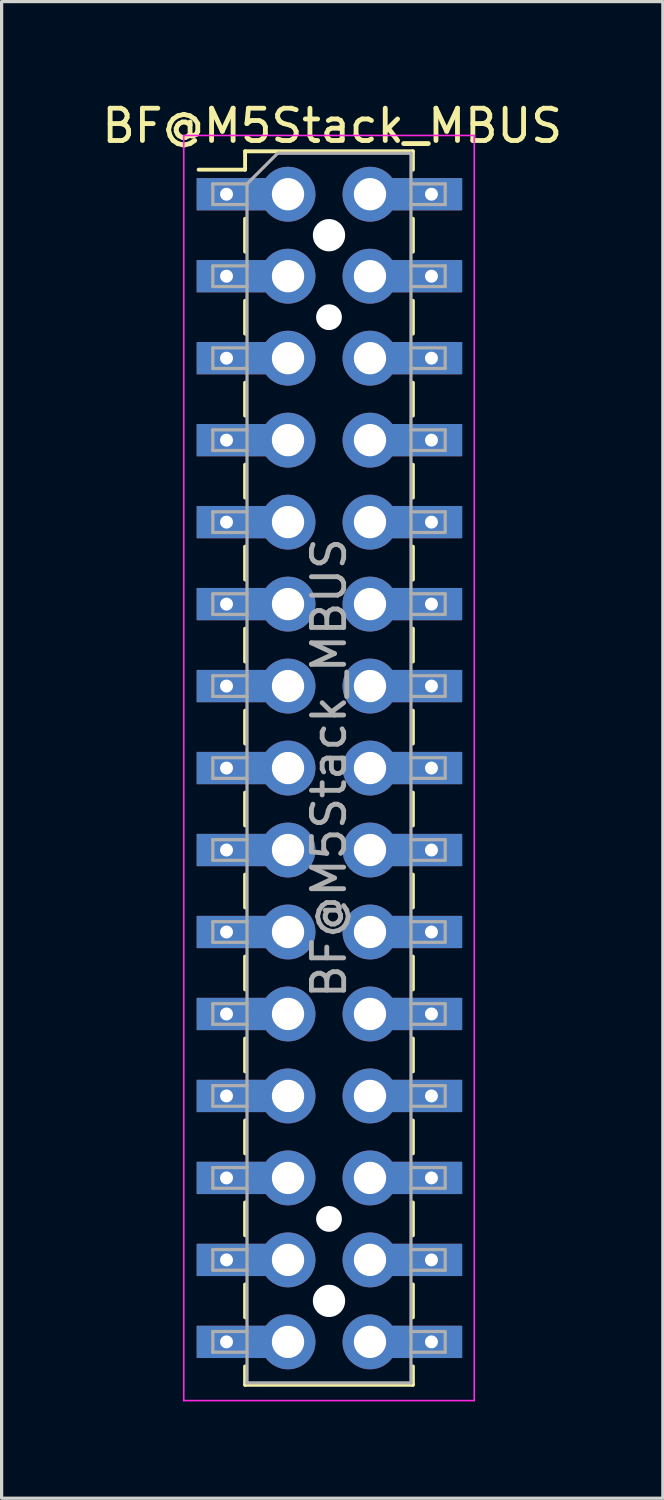
<source format=kicad_pcb>
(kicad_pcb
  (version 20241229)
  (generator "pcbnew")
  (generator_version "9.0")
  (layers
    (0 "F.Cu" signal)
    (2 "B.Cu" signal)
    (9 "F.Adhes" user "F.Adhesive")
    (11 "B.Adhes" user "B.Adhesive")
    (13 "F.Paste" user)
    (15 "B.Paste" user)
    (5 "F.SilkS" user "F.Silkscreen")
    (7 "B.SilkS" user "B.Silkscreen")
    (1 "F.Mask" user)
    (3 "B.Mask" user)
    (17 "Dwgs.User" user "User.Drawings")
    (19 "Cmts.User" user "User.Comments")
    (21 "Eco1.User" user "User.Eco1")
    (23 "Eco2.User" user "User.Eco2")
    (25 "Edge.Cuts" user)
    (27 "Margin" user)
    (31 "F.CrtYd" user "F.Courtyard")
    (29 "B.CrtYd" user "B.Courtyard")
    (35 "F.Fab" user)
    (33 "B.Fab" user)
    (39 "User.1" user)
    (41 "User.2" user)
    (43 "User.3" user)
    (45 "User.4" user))
  (footprint "BF@M5Stack_MBUS"
    (layer "F.Cu")
    (at 7.144 20.748)
    (property "Reference" "BF@M5Stack_MBUS" (at 0.1 -19.9 0) (layer "F.SilkS") (effects (font (size 1 1) (thickness 0.15))))
    (attr smd)
    (fp_line (start -4.04 -18.54) (end -2.6 -18.54) (stroke (width 0.12) (type solid)) (layer "F.SilkS"))
    (fp_line (start -2.6 -19.11) (end -2.6 -18.54) (stroke (width 0.12) (type solid)) (layer "F.SilkS"))
    (fp_line (start -2.6 -19.11) (end 2.6 -19.11) (stroke (width 0.12) (type solid)) (layer "F.SilkS"))
    (fp_line (start -2.6 -17.02) (end -2.6 -16) (stroke (width 0.12) (type solid)) (layer "F.SilkS"))
    (fp_line (start -2.6 -14.48) (end -2.6 -13.46) (stroke (width 0.12) (type solid)) (layer "F.SilkS"))
    (fp_line (start -2.6 -11.94) (end -2.6 -10.92) (stroke (width 0.12) (type solid)) (layer "F.SilkS"))
    (fp_line (start -2.6 -9.4) (end -2.6 -8.38) (stroke (width 0.12) (type solid)) (layer "F.SilkS"))
    (fp_line (start -2.6 -6.86) (end -2.6 -5.84) (stroke (width 0.12) (type solid)) (layer "F.SilkS"))
    (fp_line (start -2.6 -4.32) (end -2.6 -3.3) (stroke (width 0.12) (type solid)) (layer "F.SilkS"))
    (fp_line (start -2.6 -1.78) (end -2.6 -0.76) (stroke (width 0.12) (type solid)) (layer "F.SilkS"))
    (fp_line (start -2.6 0.76) (end -2.6 1.78) (stroke (width 0.12) (type solid)) (layer "F.SilkS"))
    (fp_line (start -2.6 3.3) (end -2.6 4.32) (stroke (width 0.12) (type solid)) (layer "F.SilkS"))
    (fp_line (start -2.6 5.84) (end -2.6 6.86) (stroke (width 0.12) (type solid)) (layer "F.SilkS"))
    (fp_line (start -2.6 8.38) (end -2.6 9.4) (stroke (width 0.12) (type solid)) (layer "F.SilkS"))
    (fp_line (start -2.6 10.92) (end -2.6 11.94) (stroke (width 0.12) (type solid)) (layer "F.SilkS"))
    (fp_line (start -2.6 13.46) (end -2.6 14.48) (stroke (width 0.12) (type solid)) (layer "F.SilkS"))
    (fp_line (start -2.6 16) (end -2.6 17.02) (stroke (width 0.12) (type solid)) (layer "F.SilkS"))
    (fp_line (start -2.6 18.54) (end -2.6 19.11) (stroke (width 0.12) (type solid)) (layer "F.SilkS"))
    (fp_line (start -2.6 19.11) (end 2.6 19.11) (stroke (width 0.12) (type solid)) (layer "F.SilkS"))
    (fp_line (start 2.6 -19.11) (end 2.6 -18.54) (stroke (width 0.12) (type solid)) (layer "F.SilkS"))
    (fp_line (start 2.6 -17.02) (end 2.6 -16) (stroke (width 0.12) (type solid)) (layer "F.SilkS"))
    (fp_line (start 2.6 -14.48) (end 2.6 -13.46) (stroke (width 0.12) (type solid)) (layer "F.SilkS"))
    (fp_line (start 2.6 -11.94) (end 2.6 -10.92) (stroke (width 0.12) (type solid)) (layer "F.SilkS"))
    (fp_line (start 2.6 -9.4) (end 2.6 -8.38) (stroke (width 0.12) (type solid)) (layer "F.SilkS"))
    (fp_line (start 2.6 -6.86) (end 2.6 -5.84) (stroke (width 0.12) (type solid)) (layer "F.SilkS"))
    (fp_line (start 2.6 -4.32) (end 2.6 -3.3) (stroke (width 0.12) (type solid)) (layer "F.SilkS"))
    (fp_line (start 2.6 -1.78) (end 2.6 -0.76) (stroke (width 0.12) (type solid)) (layer "F.SilkS"))
    (fp_line (start 2.6 0.76) (end 2.6 1.78) (stroke (width 0.12) (type solid)) (layer "F.SilkS"))
    (fp_line (start 2.6 3.3) (end 2.6 4.32) (stroke (width 0.12) (type solid)) (layer "F.SilkS"))
    (fp_line (start 2.6 5.84) (end 2.6 6.86) (stroke (width 0.12) (type solid)) (layer "F.SilkS"))
    (fp_line (start 2.6 8.38) (end 2.6 9.4) (stroke (width 0.12) (type solid)) (layer "F.SilkS"))
    (fp_line (start 2.6 10.92) (end 2.6 11.94) (stroke (width 0.12) (type solid)) (layer "F.SilkS"))
    (fp_line (start 2.6 13.46) (end 2.6 14.48) (stroke (width 0.12) (type solid)) (layer "F.SilkS"))
    (fp_line (start 2.6 16) (end 2.6 17.02) (stroke (width 0.12) (type solid)) (layer "F.SilkS"))
    (fp_line (start 2.6 18.54) (end 2.6 19.11) (stroke (width 0.12) (type solid)) (layer "F.SilkS"))
    (fp_line (start -4.5 -19.6) (end -4.5 19.6) (stroke (width 0.05) (type solid)) (layer "F.CrtYd"))
    (fp_line (start -4.5 19.6) (end 4.5 19.6) (stroke (width 0.05) (type solid)) (layer "F.CrtYd"))
    (fp_line (start 4.5 -19.6) (end -4.5 -19.6) (stroke (width 0.05) (type solid)) (layer "F.CrtYd"))
    (fp_line (start 4.5 19.6) (end 4.5 -19.6) (stroke (width 0.05) (type solid)) (layer "F.CrtYd"))
    (fp_line (start -3.6 -18.1) (end -3.6 -17.46) (stroke (width 0.1) (type solid)) (layer "F.Fab"))
    (fp_line (start -3.6 -17.46) (end -2.54 -17.46) (stroke (width 0.1) (type solid)) (layer "F.Fab"))
    (fp_line (start -3.6 -15.56) (end -3.6 -14.92) (stroke (width 0.1) (type solid)) (layer "F.Fab"))
    (fp_line (start -3.6 -14.92) (end -2.54 -14.92) (stroke (width 0.1) (type solid)) (layer "F.Fab"))
    (fp_line (start -3.6 -13.02) (end -3.6 -12.38) (stroke (width 0.1) (type solid)) (layer "F.Fab"))
    (fp_line (start -3.6 -12.38) (end -2.54 -12.38) (stroke (width 0.1) (type solid)) (layer "F.Fab"))
    (fp_line (start -3.6 -10.48) (end -3.6 -9.84) (stroke (width 0.1) (type solid)) (layer "F.Fab"))
    (fp_line (start -3.6 -9.84) (end -2.54 -9.84) (stroke (width 0.1) (type solid)) (layer "F.Fab"))
    (fp_line (start -3.6 -7.94) (end -3.6 -7.3) (stroke (width 0.1) (type solid)) (layer "F.Fab"))
    (fp_line (start -3.6 -7.3) (end -2.54 -7.3) (stroke (width 0.1) (type solid)) (layer "F.Fab"))
    (fp_line (start -3.6 -5.4) (end -3.6 -4.76) (stroke (width 0.1) (type solid)) (layer "F.Fab"))
    (fp_line (start -3.6 -4.76) (end -2.54 -4.76) (stroke (width 0.1) (type solid)) (layer "F.Fab"))
    (fp_line (start -3.6 -2.86) (end -3.6 -2.22) (stroke (width 0.1) (type solid)) (layer "F.Fab"))
    (fp_line (start -3.6 -2.22) (end -2.54 -2.22) (stroke (width 0.1) (type solid)) (layer "F.Fab"))
    (fp_line (start -3.6 -0.32) (end -3.6 0.32) (stroke (width 0.1) (type solid)) (layer "F.Fab"))
    (fp_line (start -3.6 0.32) (end -2.54 0.32) (stroke (width 0.1) (type solid)) (layer "F.Fab"))
    (fp_line (start -3.6 2.22) (end -3.6 2.86) (stroke (width 0.1) (type solid)) (layer "F.Fab"))
    (fp_line (start -3.6 2.86) (end -2.54 2.86) (stroke (width 0.1) (type solid)) (layer "F.Fab"))
    (fp_line (start -3.6 4.76) (end -3.6 5.4) (stroke (width 0.1) (type solid)) (layer "F.Fab"))
    (fp_line (start -3.6 5.4) (end -2.54 5.4) (stroke (width 0.1) (type solid)) (layer "F.Fab"))
    (fp_line (start -3.6 7.3) (end -3.6 7.94) (stroke (width 0.1) (type solid)) (layer "F.Fab"))
    (fp_line (start -3.6 7.94) (end -2.54 7.94) (stroke (width 0.1) (type solid)) (layer "F.Fab"))
    (fp_line (start -3.6 9.84) (end -3.6 10.48) (stroke (width 0.1) (type solid)) (layer "F.Fab"))
    (fp_line (start -3.6 10.48) (end -2.54 10.48) (stroke (width 0.1) (type solid)) (layer "F.Fab"))
    (fp_line (start -3.6 12.38) (end -3.6 13.02) (stroke (width 0.1) (type solid)) (layer "F.Fab"))
    (fp_line (start -3.6 13.02) (end -2.54 13.02) (stroke (width 0.1) (type solid)) (layer "F.Fab"))
    (fp_line (start -3.6 14.92) (end -3.6 15.56) (stroke (width 0.1) (type solid)) (layer "F.Fab"))
    (fp_line (start -3.6 15.56) (end -2.54 15.56) (stroke (width 0.1) (type solid)) (layer "F.Fab"))
    (fp_line (start -3.6 17.46) (end -3.6 18.1) (stroke (width 0.1) (type solid)) (layer "F.Fab"))
    (fp_line (start -3.6 18.1) (end -2.54 18.1) (stroke (width 0.1) (type solid)) (layer "F.Fab"))
    (fp_line (start -2.54 -18.1) (end -3.6 -18.1) (stroke (width 0.1) (type solid)) (layer "F.Fab"))
    (fp_line (start -2.54 -18.1) (end -1.59 -19.05) (stroke (width 0.1) (type solid)) (layer "F.Fab"))
    (fp_line (start -2.54 -15.56) (end -3.6 -15.56) (stroke (width 0.1) (type solid)) (layer "F.Fab"))
    (fp_line (start -2.54 -13.02) (end -3.6 -13.02) (stroke (width 0.1) (type solid)) (layer "F.Fab"))
    (fp_line (start -2.54 -10.48) (end -3.6 -10.48) (stroke (width 0.1) (type solid)) (layer "F.Fab"))
    (fp_line (start -2.54 -7.94) (end -3.6 -7.94) (stroke (width 0.1) (type solid)) (layer "F.Fab"))
    (fp_line (start -2.54 -5.4) (end -3.6 -5.4) (stroke (width 0.1) (type solid)) (layer "F.Fab"))
    (fp_line (start -2.54 -2.86) (end -3.6 -2.86) (stroke (width 0.1) (type solid)) (layer "F.Fab"))
    (fp_line (start -2.54 -0.32) (end -3.6 -0.32) (stroke (width 0.1) (type solid)) (layer "F.Fab"))
    (fp_line (start -2.54 2.22) (end -3.6 2.22) (stroke (width 0.1) (type solid)) (layer "F.Fab"))
    (fp_line (start -2.54 4.76) (end -3.6 4.76) (stroke (width 0.1) (type solid)) (layer "F.Fab"))
    (fp_line (start -2.54 7.3) (end -3.6 7.3) (stroke (width 0.1) (type solid)) (layer "F.Fab"))
    (fp_line (start -2.54 9.84) (end -3.6 9.84) (stroke (width 0.1) (type solid)) (layer "F.Fab"))
    (fp_line (start -2.54 12.38) (end -3.6 12.38) (stroke (width 0.1) (type solid)) (layer "F.Fab"))
    (fp_line (start -2.54 14.92) (end -3.6 14.92) (stroke (width 0.1) (type solid)) (layer "F.Fab"))
    (fp_line (start -2.54 17.46) (end -3.6 17.46) (stroke (width 0.1) (type solid)) (layer "F.Fab"))
    (fp_line (start -2.54 19.05) (end -2.54 -18.1) (stroke (width 0.1) (type solid)) (layer "F.Fab"))
    (fp_line (start -1.59 -19.05) (end 2.54 -19.05) (stroke (width 0.1) (type solid)) (layer "F.Fab"))
    (fp_line (start 2.54 -19.05) (end 2.54 19.05) (stroke (width 0.1) (type solid)) (layer "F.Fab"))
    (fp_line (start 2.54 -18.1) (end 3.6 -18.1) (stroke (width 0.1) (type solid)) (layer "F.Fab"))
    (fp_line (start 2.54 -15.56) (end 3.6 -15.56) (stroke (width 0.1) (type solid)) (layer "F.Fab"))
    (fp_line (start 2.54 -13.02) (end 3.6 -13.02) (stroke (width 0.1) (type solid)) (layer "F.Fab"))
    (fp_line (start 2.54 -10.48) (end 3.6 -10.48) (stroke (width 0.1) (type solid)) (layer "F.Fab"))
    (fp_line (start 2.54 -7.94) (end 3.6 -7.94) (stroke (width 0.1) (type solid)) (layer "F.Fab"))
    (fp_line (start 2.54 -5.4) (end 3.6 -5.4) (stroke (width 0.1) (type solid)) (layer "F.Fab"))
    (fp_line (start 2.54 -2.86) (end 3.6 -2.86) (stroke (width 0.1) (type solid)) (layer "F.Fab"))
    (fp_line (start 2.54 -0.32) (end 3.6 -0.32) (stroke (width 0.1) (type solid)) (layer "F.Fab"))
    (fp_line (start 2.54 2.22) (end 3.6 2.22) (stroke (width 0.1) (type solid)) (layer "F.Fab"))
    (fp_line (start 2.54 4.76) (end 3.6 4.76) (stroke (width 0.1) (type solid)) (layer "F.Fab"))
    (fp_line (start 2.54 7.3) (end 3.6 7.3) (stroke (width 0.1) (type solid)) (layer "F.Fab"))
    (fp_line (start 2.54 9.84) (end 3.6 9.84) (stroke (width 0.1) (type solid)) (layer "F.Fab"))
    (fp_line (start 2.54 12.38) (end 3.6 12.38) (stroke (width 0.1) (type solid)) (layer "F.Fab"))
    (fp_line (start 2.54 14.92) (end 3.6 14.92) (stroke (width 0.1) (type solid)) (layer "F.Fab"))
    (fp_line (start 2.54 17.46) (end 3.6 17.46) (stroke (width 0.1) (type solid)) (layer "F.Fab"))
    (fp_line (start 2.54 19.05) (end -2.54 19.05) (stroke (width 0.1) (type solid)) (layer "F.Fab"))
    (fp_line (start 3.6 -18.1) (end 3.6 -17.46) (stroke (width 0.1) (type solid)) (layer "F.Fab"))
    (fp_line (start 3.6 -17.46) (end 2.54 -17.46) (stroke (width 0.1) (type solid)) (layer "F.Fab"))
    (fp_line (start 3.6 -15.56) (end 3.6 -14.92) (stroke (width 0.1) (type solid)) (layer "F.Fab"))
    (fp_line (start 3.6 -14.92) (end 2.54 -14.92) (stroke (width 0.1) (type solid)) (layer "F.Fab"))
    (fp_line (start 3.6 -13.02) (end 3.6 -12.38) (stroke (width 0.1) (type solid)) (layer "F.Fab"))
    (fp_line (start 3.6 -12.38) (end 2.54 -12.38) (stroke (width 0.1) (type solid)) (layer "F.Fab"))
    (fp_line (start 3.6 -10.48) (end 3.6 -9.84) (stroke (width 0.1) (type solid)) (layer "F.Fab"))
    (fp_line (start 3.6 -9.84) (end 2.54 -9.84) (stroke (width 0.1) (type solid)) (layer "F.Fab"))
    (fp_line (start 3.6 -7.94) (end 3.6 -7.3) (stroke (width 0.1) (type solid)) (layer "F.Fab"))
    (fp_line (start 3.6 -7.3) (end 2.54 -7.3) (stroke (width 0.1) (type solid)) (layer "F.Fab"))
    (fp_line (start 3.6 -5.4) (end 3.6 -4.76) (stroke (width 0.1) (type solid)) (layer "F.Fab"))
    (fp_line (start 3.6 -4.76) (end 2.54 -4.76) (stroke (width 0.1) (type solid)) (layer "F.Fab"))
    (fp_line (start 3.6 -2.86) (end 3.6 -2.22) (stroke (width 0.1) (type solid)) (layer "F.Fab"))
    (fp_line (start 3.6 -2.22) (end 2.54 -2.22) (stroke (width 0.1) (type solid)) (layer "F.Fab"))
    (fp_line (start 3.6 -0.32) (end 3.6 0.32) (stroke (width 0.1) (type solid)) (layer "F.Fab"))
    (fp_line (start 3.6 0.32) (end 2.54 0.32) (stroke (width 0.1) (type solid)) (layer "F.Fab"))
    (fp_line (start 3.6 2.22) (end 3.6 2.86) (stroke (width 0.1) (type solid)) (layer "F.Fab"))
    (fp_line (start 3.6 2.86) (end 2.54 2.86) (stroke (width 0.1) (type solid)) (layer "F.Fab"))
    (fp_line (start 3.6 4.76) (end 3.6 5.4) (stroke (width 0.1) (type solid)) (layer "F.Fab"))
    (fp_line (start 3.6 5.4) (end 2.54 5.4) (stroke (width 0.1) (type solid)) (layer "F.Fab"))
    (fp_line (start 3.6 7.3) (end 3.6 7.94) (stroke (width 0.1) (type solid)) (layer "F.Fab"))
    (fp_line (start 3.6 7.94) (end 2.54 7.94) (stroke (width 0.1) (type solid)) (layer "F.Fab"))
    (fp_line (start 3.6 9.84) (end 3.6 10.48) (stroke (width 0.1) (type solid)) (layer "F.Fab"))
    (fp_line (start 3.6 10.48) (end 2.54 10.48) (stroke (width 0.1) (type solid)) (layer "F.Fab"))
    (fp_line (start 3.6 12.38) (end 3.6 13.02) (stroke (width 0.1) (type solid)) (layer "F.Fab"))
    (fp_line (start 3.6 13.02) (end 2.54 13.02) (stroke (width 0.1) (type solid)) (layer "F.Fab"))
    (fp_line (start 3.6 14.92) (end 3.6 15.56) (stroke (width 0.1) (type solid)) (layer "F.Fab"))
    (fp_line (start 3.6 15.56) (end 2.54 15.56) (stroke (width 0.1) (type solid)) (layer "F.Fab"))
    (fp_line (start 3.6 17.46) (end 3.6 18.1) (stroke (width 0.1) (type solid)) (layer "F.Fab"))
    (fp_line (start 3.6 18.1) (end 2.54 18.1) (stroke (width 0.1) (type solid)) (layer "F.Fab"))
    (fp_text user "${REFERENCE}" (at 0 0 90) (layer "F.Fab") (effects (font (size 1 1) (thickness 0.15))))
    (pad "" np_thru_hole circle (at 0 -16.51) (size 1 1) (drill 1) (layers "*.Cu" "*.Mask"))
    (pad "" np_thru_hole circle (at 0 -13.97) (size 0.8 0.8) (drill 0.8) (layers "*.Cu" "*.Mask"))
    (pad "" np_thru_hole circle (at 0 13.97) (size 0.8 0.8) (drill 0.8) (layers "*.Cu" "*.Mask"))
    (pad "" np_thru_hole circle (at 0 16.51) (size 1 1) (drill 1) (layers "*.Cu" "*.Mask"))
    (pad "1" thru_hole circle (at -3.175 -17.78) (size 0.8 0.8) (drill 0.4) (layers "*.Cu" "*.Mask"))
    (pad "1" smd rect (at -2.525 -17.78) (size 3.15 1) (layers "F.Cu" "F.Mask" "F.Paste"))
    (pad "1" smd rect (at -2.525 -17.78) (size 3.15 1) (layers "B.Cu" "B.Mask" "B.Paste"))
    (pad "1" thru_hole circle (at -1.27 -17.78) (size 1.7 1.7) (drill 1) (layers "*.Cu" "*.Mask"))
    (pad "2" thru_hole circle (at 1.27 -17.78) (size 1.7 1.7) (drill 1) (layers "*.Cu" "*.Mask"))
    (pad "2" smd rect (at 2.525 -17.78) (size 3.15 1) (layers "F.Cu" "F.Mask" "F.Paste"))
    (pad "2" smd rect (at 2.555 -17.78) (size 3.15 1) (layers "B.Cu" "B.Mask" "B.Paste"))
    (pad "2" thru_hole circle (at 3.175 -17.78) (size 0.8 0.8) (drill 0.4) (layers "*.Cu" "*.Mask"))
    (pad "3" thru_hole circle (at -3.175 -15.24) (size 0.8 0.8) (drill 0.4) (layers "*.Cu" "*.Mask"))
    (pad "3" smd rect (at -2.525 -15.24) (size 3.15 1) (layers "F.Cu" "F.Mask" "F.Paste"))
    (pad "3" smd rect (at -2.525 -15.24) (size 3.15 1) (layers "B.Cu" "B.Mask" "B.Paste"))
    (pad "3" thru_hole circle (at -1.27 -15.24) (size 1.7 1.7) (drill 1) (layers "*.Cu" "*.Mask"))
    (pad "4" thru_hole circle (at 1.27 -15.24) (size 1.7 1.7) (drill 1) (layers "*.Cu" "*.Mask"))
    (pad "4" smd rect (at 2.525 -15.24) (size 3.15 1) (layers "F.Cu" "F.Mask" "F.Paste"))
    (pad "4" smd rect (at 2.555 -15.24) (size 3.15 1) (layers "B.Cu" "B.Mask" "B.Paste"))
    (pad "4" thru_hole circle (at 3.175 -15.24) (size 0.8 0.8) (drill 0.4) (layers "*.Cu" "*.Mask"))
    (pad "5" thru_hole circle (at -3.175 -12.7) (size 0.8 0.8) (drill 0.4) (layers "*.Cu" "*.Mask"))
    (pad "5" smd rect (at -2.525 -12.7) (size 3.15 1) (layers "F.Cu" "F.Mask" "F.Paste"))
    (pad "5" smd rect (at -2.525 -12.7) (size 3.15 1) (layers "B.Cu" "B.Mask" "B.Paste"))
    (pad "5" thru_hole circle (at -1.27 -12.7) (size 1.7 1.7) (drill 1) (layers "*.Cu" "*.Mask"))
    (pad "6" thru_hole circle (at 1.27 -12.7) (size 1.7 1.7) (drill 1) (layers "*.Cu" "*.Mask"))
    (pad "6" smd rect (at 2.525 -12.7) (size 3.15 1) (layers "F.Cu" "F.Mask" "F.Paste"))
    (pad "6" smd rect (at 2.555 -12.7) (size 3.15 1) (layers "B.Cu" "B.Mask" "B.Paste"))
    (pad "6" thru_hole circle (at 3.175 -12.7) (size 0.8 0.8) (drill 0.4) (layers "*.Cu" "*.Mask"))
    (pad "7" thru_hole circle (at -3.175 -10.16) (size 0.8 0.8) (drill 0.4) (layers "*.Cu" "*.Mask"))
    (pad "7" smd rect (at -2.525 -10.16) (size 3.15 1) (layers "F.Cu" "F.Mask" "F.Paste"))
    (pad "7" smd rect (at -2.525 -10.16) (size 3.15 1) (layers "B.Cu" "B.Mask" "B.Paste"))
    (pad "7" thru_hole circle (at -1.27 -10.16) (size 1.7 1.7) (drill 1) (layers "*.Cu" "*.Mask"))
    (pad "8" thru_hole circle (at 1.27 -10.16) (size 1.7 1.7) (drill 1) (layers "*.Cu" "*.Mask"))
    (pad "8" smd rect (at 2.525 -10.16) (size 3.15 1) (layers "F.Cu" "F.Mask" "F.Paste"))
    (pad "8" smd rect (at 2.555 -10.16) (size 3.15 1) (layers "B.Cu" "B.Mask" "B.Paste"))
    (pad "8" thru_hole circle (at 3.175 -10.16) (size 0.8 0.8) (drill 0.4) (layers "*.Cu" "*.Mask"))
    (pad "9" thru_hole circle (at -3.175 -7.62) (size 0.8 0.8) (drill 0.4) (layers "*.Cu" "*.Mask"))
    (pad "9" smd rect (at -2.525 -7.62) (size 3.15 1) (layers "F.Cu" "F.Mask" "F.Paste"))
    (pad "9" smd rect (at -2.525 -7.62) (size 3.15 1) (layers "B.Cu" "B.Mask" "B.Paste"))
    (pad "9" thru_hole circle (at -1.27 -7.62) (size 1.7 1.7) (drill 1) (layers "*.Cu" "*.Mask"))
    (pad "10" thru_hole circle (at 1.27 -7.62) (size 1.7 1.7) (drill 1) (layers "*.Cu" "*.Mask"))
    (pad "10" smd rect (at 2.525 -7.62) (size 3.15 1) (layers "F.Cu" "F.Mask" "F.Paste"))
    (pad "10" smd rect (at 2.555 -7.62) (size 3.15 1) (layers "B.Cu" "B.Mask" "B.Paste"))
    (pad "10" thru_hole circle (at 3.175 -7.62) (size 0.8 0.8) (drill 0.4) (layers "*.Cu" "*.Mask"))
    (pad "11" thru_hole circle (at -3.175 -5.08) (size 0.8 0.8) (drill 0.4) (layers "*.Cu" "*.Mask"))
    (pad "11" smd rect (at -2.525 -5.08) (size 3.15 1) (layers "F.Cu" "F.Mask" "F.Paste"))
    (pad "11" smd rect (at -2.525 -5.08) (size 3.15 1) (layers "B.Cu" "B.Mask" "B.Paste"))
    (pad "11" thru_hole circle (at -1.27 -5.08) (size 1.7 1.7) (drill 1) (layers "*.Cu" "*.Mask"))
    (pad "12" thru_hole circle (at 1.27 -5.08) (size 1.7 1.7) (drill 1) (layers "*.Cu" "*.Mask"))
    (pad "12" smd rect (at 2.525 -5.08) (size 3.15 1) (layers "F.Cu" "F.Mask" "F.Paste"))
    (pad "12" smd rect (at 2.555 -5.08) (size 3.15 1) (layers "B.Cu" "B.Mask" "B.Paste"))
    (pad "12" thru_hole circle (at 3.175 -5.08) (size 0.8 0.8) (drill 0.4) (layers "*.Cu" "*.Mask"))
    (pad "13" thru_hole circle (at -3.175 -2.54) (size 0.8 0.8) (drill 0.4) (layers "*.Cu" "*.Mask"))
    (pad "13" smd rect (at -2.525 -2.54) (size 3.15 1) (layers "F.Cu" "F.Mask" "F.Paste"))
    (pad "13" smd rect (at -2.525 -2.54) (size 3.15 1) (layers "B.Cu" "B.Mask" "B.Paste"))
    (pad "13" thru_hole circle (at -1.27 -2.54) (size 1.7 1.7) (drill 1) (layers "*.Cu" "*.Mask"))
    (pad "14" thru_hole circle (at 1.27 -2.54) (size 1.7 1.7) (drill 1) (layers "*.Cu" "*.Mask"))
    (pad "14" smd rect (at 2.525 -2.54) (size 3.15 1) (layers "F.Cu" "F.Mask" "F.Paste"))
    (pad "14" smd rect (at 2.555 -2.54) (size 3.15 1) (layers "B.Cu" "B.Mask" "B.Paste"))
    (pad "14" thru_hole circle (at 3.175 -2.54) (size 0.8 0.8) (drill 0.4) (layers "*.Cu" "*.Mask"))
    (pad "15" thru_hole circle (at -3.175 0) (size 0.8 0.8) (drill 0.4) (layers "*.Cu" "*.Mask"))
    (pad "15" smd rect (at -2.525 0) (size 3.15 1) (layers "F.Cu" "F.Mask" "F.Paste"))
    (pad "15" smd rect (at -2.525 0) (size 3.15 1) (layers "B.Cu" "B.Mask" "B.Paste"))
    (pad "15" thru_hole circle (at -1.27 0) (size 1.7 1.7) (drill 1) (layers "*.Cu" "*.Mask"))
    (pad "16" thru_hole circle (at 1.27 0) (size 1.7 1.7) (drill 1) (layers "*.Cu" "*.Mask"))
    (pad "16" smd rect (at 2.525 0) (size 3.15 1) (layers "F.Cu" "F.Mask" "F.Paste"))
    (pad "16" smd rect (at 2.555 0) (size 3.15 1) (layers "B.Cu" "B.Mask" "B.Paste"))
    (pad "16" thru_hole circle (at 3.175 0) (size 0.8 0.8) (drill 0.4) (layers "*.Cu" "*.Mask"))
    (pad "17" thru_hole circle (at -3.175 2.54) (size 0.8 0.8) (drill 0.4) (layers "*.Cu" "*.Mask"))
    (pad "17" smd rect (at -2.525 2.54) (size 3.15 1) (layers "F.Cu" "F.Mask" "F.Paste"))
    (pad "17" smd rect (at -2.525 2.54) (size 3.15 1) (layers "B.Cu" "B.Mask" "B.Paste"))
    (pad "17" thru_hole circle (at -1.27 2.54) (size 1.7 1.7) (drill 1) (layers "*.Cu" "*.Mask"))
    (pad "18" thru_hole circle (at 1.27 2.54) (size 1.7 1.7) (drill 1) (layers "*.Cu" "*.Mask"))
    (pad "18" smd rect (at 2.525 2.54) (size 3.15 1) (layers "F.Cu" "F.Mask" "F.Paste"))
    (pad "18" smd rect (at 2.555 2.54) (size 3.15 1) (layers "B.Cu" "B.Mask" "B.Paste"))
    (pad "18" thru_hole circle (at 3.175 2.54) (size 0.8 0.8) (drill 0.4) (layers "*.Cu" "*.Mask"))
    (pad "19" thru_hole circle (at -3.175 5.08) (size 0.8 0.8) (drill 0.4) (layers "*.Cu" "*.Mask"))
    (pad "19" smd rect (at -2.525 5.08) (size 3.15 1) (layers "F.Cu" "F.Mask" "F.Paste"))
    (pad "19" smd rect (at -2.525 5.08) (size 3.15 1) (layers "B.Cu" "B.Mask" "B.Paste"))
    (pad "19" thru_hole circle (at -1.27 5.08) (size 1.7 1.7) (drill 1) (layers "*.Cu" "*.Mask"))
    (pad "20" thru_hole circle (at 1.27 5.08) (size 1.7 1.7) (drill 1) (layers "*.Cu" "*.Mask"))
    (pad "20" smd rect (at 2.525 5.08) (size 3.15 1) (layers "F.Cu" "F.Mask" "F.Paste"))
    (pad "20" smd rect (at 2.555 5.08) (size 3.15 1) (layers "B.Cu" "B.Mask" "B.Paste"))
    (pad "20" thru_hole circle (at 3.175 5.08) (size 0.8 0.8) (drill 0.4) (layers "*.Cu" "*.Mask"))
    (pad "21" thru_hole circle (at -3.175 7.62) (size 0.8 0.8) (drill 0.4) (layers "*.Cu" "*.Mask"))
    (pad "21" smd rect (at -2.525 7.62) (size 3.15 1) (layers "F.Cu" "F.Mask" "F.Paste"))
    (pad "21" smd rect (at -2.525 7.62) (size 3.15 1) (layers "B.Cu" "B.Mask" "B.Paste"))
    (pad "21" thru_hole circle (at -1.27 7.62) (size 1.7 1.7) (drill 1) (layers "*.Cu" "*.Mask"))
    (pad "22" thru_hole circle (at 1.27 7.62) (size 1.7 1.7) (drill 1) (layers "*.Cu" "*.Mask"))
    (pad "22" smd rect (at 2.525 7.62) (size 3.15 1) (layers "F.Cu" "F.Mask" "F.Paste"))
    (pad "22" smd rect (at 2.555 7.62) (size 3.15 1) (layers "B.Cu" "B.Mask" "B.Paste"))
    (pad "22" thru_hole circle (at 3.175 7.62) (size 0.8 0.8) (drill 0.4) (layers "*.Cu" "*.Mask"))
    (pad "23" thru_hole circle (at -3.175 10.16) (size 0.8 0.8) (drill 0.4) (layers "*.Cu" "*.Mask"))
    (pad "23" smd rect (at -2.525 10.16) (size 3.15 1) (layers "F.Cu" "F.Mask" "F.Paste"))
    (pad "23" smd rect (at -2.525 10.16) (size 3.15 1) (layers "B.Cu" "B.Mask" "B.Paste"))
    (pad "23" thru_hole circle (at -1.27 10.16) (size 1.7 1.7) (drill 1) (layers "*.Cu" "*.Mask"))
    (pad "24" thru_hole circle (at 1.27 10.16) (size 1.7 1.7) (drill 1) (layers "*.Cu" "*.Mask"))
    (pad "24" smd rect (at 2.525 10.16) (size 3.15 1) (layers "F.Cu" "F.Mask" "F.Paste"))
    (pad "24" smd rect (at 2.555 10.16) (size 3.15 1) (layers "B.Cu" "B.Mask" "B.Paste"))
    (pad "24" thru_hole circle (at 3.175 10.16) (size 0.8 0.8) (drill 0.4) (layers "*.Cu" "*.Mask"))
    (pad "25" thru_hole circle (at -3.175 12.7) (size 0.8 0.8) (drill 0.4) (layers "*.Cu" "*.Mask"))
    (pad "25" smd rect (at -2.525 12.7) (size 3.15 1) (layers "F.Cu" "F.Mask" "F.Paste"))
    (pad "25" smd rect (at -2.525 12.7) (size 3.15 1) (layers "B.Cu" "B.Mask" "B.Paste"))
    (pad "25" thru_hole circle (at -1.27 12.7) (size 1.7 1.7) (drill 1) (layers "*.Cu" "*.Mask"))
    (pad "26" thru_hole circle (at 1.27 12.7) (size 1.7 1.7) (drill 1) (layers "*.Cu" "*.Mask"))
    (pad "26" smd rect (at 2.525 12.7) (size 3.15 1) (layers "F.Cu" "F.Mask" "F.Paste"))
    (pad "26" smd rect (at 2.555 12.7) (size 3.15 1) (layers "B.Cu" "B.Mask" "B.Paste"))
    (pad "26" thru_hole circle (at 3.175 12.7) (size 0.8 0.8) (drill 0.4) (layers "*.Cu" "*.Mask"))
    (pad "27" thru_hole circle (at -3.175 15.24) (size 0.8 0.8) (drill 0.4) (layers "*.Cu" "*.Mask"))
    (pad "27" smd rect (at -2.525 15.24) (size 3.15 1) (layers "F.Cu" "F.Mask" "F.Paste"))
    (pad "27" smd rect (at -2.525 15.24) (size 3.15 1) (layers "B.Cu" "B.Mask" "B.Paste"))
    (pad "27" thru_hole circle (at -1.27 15.24) (size 1.7 1.7) (drill 1) (layers "*.Cu" "*.Mask"))
    (pad "28" thru_hole circle (at 1.27 15.24) (size 1.7 1.7) (drill 1) (layers "*.Cu" "*.Mask"))
    (pad "28" smd rect (at 2.525 15.24) (size 3.15 1) (layers "F.Cu" "F.Mask" "F.Paste"))
    (pad "28" smd rect (at 2.555 15.24) (size 3.15 1) (layers "B.Cu" "B.Mask" "B.Paste"))
    (pad "28" thru_hole circle (at 3.175 15.24) (size 0.8 0.8) (drill 0.4) (layers "*.Cu" "*.Mask"))
    (pad "29" thru_hole circle (at -3.175 17.78) (size 0.8 0.8) (drill 0.4) (layers "*.Cu" "*.Mask"))
    (pad "29" smd rect (at -2.525 17.78) (size 3.15 1) (layers "F.Cu" "F.Mask" "F.Paste"))
    (pad "29" smd rect (at -2.525 17.78) (size 3.15 1) (layers "B.Cu" "B.Mask" "B.Paste"))
    (pad "29" thru_hole circle (at -1.27 17.78) (size 1.7 1.7) (drill 1) (layers "*.Cu" "*.Mask"))
    (pad "30" thru_hole circle (at 1.27 17.78) (size 1.7 1.7) (drill 1) (layers "*.Cu" "*.Mask"))
    (pad "30" smd rect (at 2.525 17.78) (size 3.15 1) (layers "F.Cu" "F.Mask" "F.Paste"))
    (pad "30" smd rect (at 2.555 17.78) (size 3.15 1) (layers "B.Cu" "B.Mask" "B.Paste"))
    (pad "30" thru_hole circle (at 3.175 17.78) (size 0.8 0.8) (drill 0.4) (layers "*.Cu" "*.Mask")))
  (gr_rect
    (start -3 -3)
    (end 17.488 43.373)
    (stroke (width 0.1) (type default))
    (fill no)
    (layer "Edge.Cuts")))
</source>
